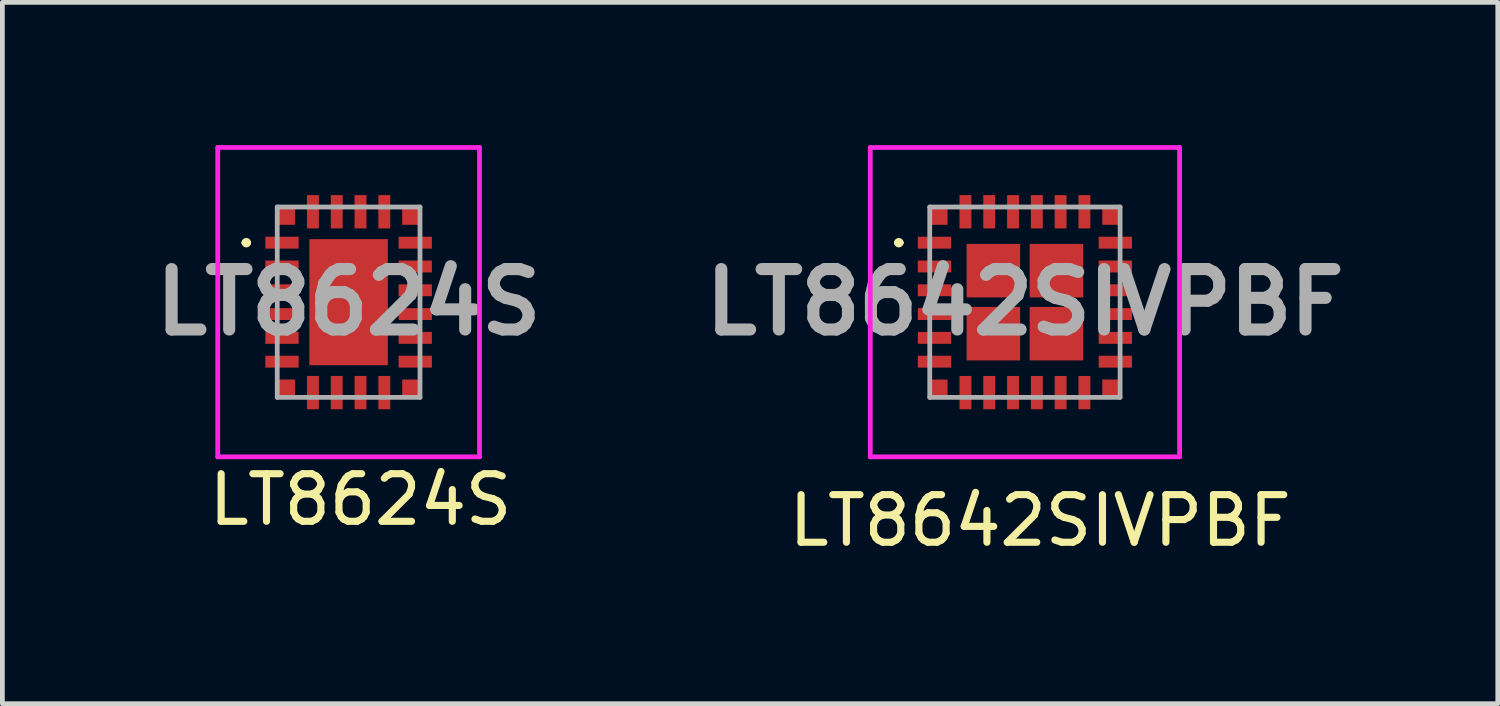
<source format=kicad_pcb>
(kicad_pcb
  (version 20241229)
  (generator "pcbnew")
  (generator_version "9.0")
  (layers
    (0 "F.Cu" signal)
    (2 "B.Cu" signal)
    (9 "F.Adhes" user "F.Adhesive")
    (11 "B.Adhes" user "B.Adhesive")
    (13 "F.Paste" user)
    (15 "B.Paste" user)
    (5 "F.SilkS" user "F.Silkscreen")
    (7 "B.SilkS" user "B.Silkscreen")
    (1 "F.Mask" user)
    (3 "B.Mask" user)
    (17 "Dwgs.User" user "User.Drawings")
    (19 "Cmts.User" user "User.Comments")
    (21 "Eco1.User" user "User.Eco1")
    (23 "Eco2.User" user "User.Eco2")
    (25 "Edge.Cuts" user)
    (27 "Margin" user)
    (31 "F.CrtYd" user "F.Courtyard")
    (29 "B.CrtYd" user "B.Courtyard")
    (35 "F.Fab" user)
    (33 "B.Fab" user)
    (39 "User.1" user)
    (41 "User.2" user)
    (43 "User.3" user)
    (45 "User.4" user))
  (footprint "LT8642SIVPBF"
    (layer "F.Cu")
    (at 18.488 3.3)
    (property "Reference" "LT8642SIVPBF" (at 0.32 4.59 0) (layer "F.SilkS") (effects (font (size 1 1) (thickness 0.15))))
    (attr smd)
    (fp_line (start -2.7 -1.25) (end -2.7 -1.25) (stroke (width 0.1) (type solid)) (layer "F.SilkS"))
    (fp_line (start -2.6 -1.25) (end -2.6 -1.25) (stroke (width 0.1) (type solid)) (layer "F.SilkS"))
    (fp_arc (start -2.7 -1.25) (mid -2.65 -1.3) (end -2.6 -1.25) (stroke (width 0.1) (type solid)) (layer "F.SilkS"))
    (fp_arc (start -2.6 -1.25) (mid -2.65 -1.2) (end -2.7 -1.25) (stroke (width 0.1) (type solid)) (layer "F.SilkS"))
    (fp_line (start -3.25 -3.25) (end 3.25 -3.25) (stroke (width 0.1) (type solid)) (layer "F.CrtYd"))
    (fp_line (start -3.25 3.25) (end -3.25 -3.25) (stroke (width 0.1) (type solid)) (layer "F.CrtYd"))
    (fp_line (start 3.25 -3.25) (end 3.25 3.25) (stroke (width 0.1) (type solid)) (layer "F.CrtYd"))
    (fp_line (start 3.25 3.25) (end -3.25 3.25) (stroke (width 0.1) (type solid)) (layer "F.CrtYd"))
    (fp_line (start -2 -2) (end 2 -2) (stroke (width 0.1) (type solid)) (layer "F.Fab"))
    (fp_line (start -2 2) (end -2 -2) (stroke (width 0.1) (type solid)) (layer "F.Fab"))
    (fp_line (start 2 -2) (end 2 2) (stroke (width 0.1) (type solid)) (layer "F.Fab"))
    (fp_line (start 2 2) (end -2 2) (stroke (width 0.1) (type solid)) (layer "F.Fab"))
    (fp_text user "${REFERENCE}" (at 0 0 0) (layer "F.Fab") (effects (font (size 1.27 1.27) (thickness 0.254))))
    (pad "1" smd rect (at -1.9 -1.25 90) (size 0.25 0.7) (layers "F.Cu" "F.Mask" "F.Paste"))
    (pad "2" smd rect (at -1.9 -0.75 90) (size 0.25 0.7) (layers "F.Cu" "F.Mask" "F.Paste"))
    (pad "3" smd rect (at -1.9 -0.25 90) (size 0.25 0.7) (layers "F.Cu" "F.Mask" "F.Paste"))
    (pad "4" smd rect (at -1.9 0.25 90) (size 0.25 0.7) (layers "F.Cu" "F.Mask" "F.Paste"))
    (pad "5" smd rect (at -1.9 0.75 90) (size 0.25 0.7) (layers "F.Cu" "F.Mask" "F.Paste"))
    (pad "6" smd rect (at -1.9 1.25 90) (size 0.25 0.7) (layers "F.Cu" "F.Mask" "F.Paste"))
    (pad "7" smd rect (at -1.25 1.9) (size 0.25 0.7) (layers "F.Cu" "F.Mask" "F.Paste"))
    (pad "8" smd rect (at -0.75 1.9) (size 0.25 0.7) (layers "F.Cu" "F.Mask" "F.Paste"))
    (pad "9" smd rect (at -0.25 1.9) (size 0.25 0.7) (layers "F.Cu" "F.Mask" "F.Paste"))
    (pad "10" smd rect (at 0.25 1.9) (size 0.25 0.7) (layers "F.Cu" "F.Mask" "F.Paste"))
    (pad "11" smd rect (at 0.75 1.9) (size 0.25 0.7) (layers "F.Cu" "F.Mask" "F.Paste"))
    (pad "12" smd rect (at 1.25 1.9) (size 0.25 0.7) (layers "F.Cu" "F.Mask" "F.Paste"))
    (pad "13" smd rect (at 1.9 1.25 90) (size 0.25 0.7) (layers "F.Cu" "F.Mask" "F.Paste"))
    (pad "14" smd rect (at 1.9 0.75 90) (size 0.25 0.7) (layers "F.Cu" "F.Mask" "F.Paste"))
    (pad "15" smd rect (at 1.9 0.25 90) (size 0.25 0.7) (layers "F.Cu" "F.Mask" "F.Paste"))
    (pad "16" smd rect (at 1.9 -0.25 90) (size 0.25 0.7) (layers "F.Cu" "F.Mask" "F.Paste"))
    (pad "17" smd rect (at 1.9 -0.75 90) (size 0.25 0.7) (layers "F.Cu" "F.Mask" "F.Paste"))
    (pad "18" smd rect (at 1.9 -1.25 90) (size 0.25 0.7) (layers "F.Cu" "F.Mask" "F.Paste"))
    (pad "19" smd rect (at 1.25 -1.9) (size 0.25 0.7) (layers "F.Cu" "F.Mask" "F.Paste"))
    (pad "20" smd rect (at 0.75 -1.9) (size 0.25 0.7) (layers "F.Cu" "F.Mask" "F.Paste"))
    (pad "21" smd rect (at 0.25 -1.9) (size 0.25 0.7) (layers "F.Cu" "F.Mask" "F.Paste"))
    (pad "22" smd rect (at -0.25 -1.9) (size 0.25 0.7) (layers "F.Cu" "F.Mask" "F.Paste"))
    (pad "23" smd rect (at -0.75 -1.9) (size 0.25 0.7) (layers "F.Cu" "F.Mask" "F.Paste"))
    (pad "24" smd rect (at -1.25 -1.9) (size 0.25 0.7) (layers "F.Cu" "F.Mask" "F.Paste"))
    (pad "25" smd rect (at -0.663 -0.662) (size 1.125 1.125) (layers "F.Cu" "F.Mask" "F.Paste"))
    (pad "26" smd rect (at 0.662 -0.662) (size 1.125 1.125) (layers "F.Cu" "F.Mask" "F.Paste"))
    (pad "27" smd rect (at -0.663 0.662) (size 1.125 1.125) (layers "F.Cu" "F.Mask" "F.Paste"))
    (pad "28" smd rect (at 0.662 0.662) (size 1.125 1.125) (layers "F.Cu" "F.Mask" "F.Paste"))
    (pad "29" smd rect (at -1.813 -1.813) (size 0.375 0.375) (layers "F.Cu" "F.Mask" "F.Paste"))
    (pad "30" smd rect (at -1.813 1.813) (size 0.375 0.375) (layers "F.Cu" "F.Mask" "F.Paste"))
    (pad "31" smd rect (at 1.813 1.813) (size 0.375 0.375) (layers "F.Cu" "F.Mask" "F.Paste"))
    (pad "32" smd rect (at 1.813 -1.813) (size 0.375 0.375) (layers "F.Cu" "F.Mask" "F.Paste")))
  (footprint "LT8624S"
    (layer "F.Cu")
    (at 4.276 3.3)
    (property "Reference" "LT8624S" (at 0.25 4.15 0) (layer "F.SilkS") (effects (font (size 1 1) (thickness 0.15))))
    (attr smd)
    (fp_line (start -2.2 -1.25) (end -2.2 -1.25) (stroke (width 0.1) (type solid)) (layer "F.SilkS"))
    (fp_line (start -2.1 -1.25) (end -2.1 -1.25) (stroke (width 0.1) (type solid)) (layer "F.SilkS"))
    (fp_arc (start -2.2 -1.25) (mid -2.15 -1.3) (end -2.1 -1.25) (stroke (width 0.1) (type solid)) (layer "F.SilkS"))
    (fp_arc (start -2.1 -1.25) (mid -2.15 -1.2) (end -2.2 -1.25) (stroke (width 0.1) (type solid)) (layer "F.SilkS"))
    (fp_line (start -2.75 -3.25) (end 2.75 -3.25) (stroke (width 0.1) (type solid)) (layer "F.CrtYd"))
    (fp_line (start -2.75 3.25) (end -2.75 -3.25) (stroke (width 0.1) (type solid)) (layer "F.CrtYd"))
    (fp_line (start 2.75 -3.25) (end 2.75 3.25) (stroke (width 0.1) (type solid)) (layer "F.CrtYd"))
    (fp_line (start 2.75 3.25) (end -2.75 3.25) (stroke (width 0.1) (type solid)) (layer "F.CrtYd"))
    (fp_line (start -1.5 -2) (end 1.5 -2) (stroke (width 0.1) (type solid)) (layer "F.Fab"))
    (fp_line (start -1.5 2) (end -1.5 -2) (stroke (width 0.1) (type solid)) (layer "F.Fab"))
    (fp_line (start 1.5 -2) (end 1.5 2) (stroke (width 0.1) (type solid)) (layer "F.Fab"))
    (fp_line (start 1.5 2) (end -1.5 2) (stroke (width 0.1) (type solid)) (layer "F.Fab"))
    (fp_text user "${REFERENCE}" (at 0 0 0) (layer "F.Fab") (effects (font (size 1.27 1.27) (thickness 0.254))))
    (pad "1" smd rect (at -1.4 -1.25 90) (size 0.25 0.7) (layers "F.Cu" "F.Mask" "F.Paste"))
    (pad "2" smd rect (at -1.4 -0.75 90) (size 0.25 0.7) (layers "F.Cu" "F.Mask" "F.Paste"))
    (pad "3" smd rect (at -1.4 -0.25 90) (size 0.25 0.7) (layers "F.Cu" "F.Mask" "F.Paste"))
    (pad "4" smd rect (at -1.4 0.25 90) (size 0.25 0.7) (layers "F.Cu" "F.Mask" "F.Paste"))
    (pad "5" smd rect (at -1.4 0.75 90) (size 0.25 0.7) (layers "F.Cu" "F.Mask" "F.Paste"))
    (pad "6" smd rect (at -1.4 1.25 90) (size 0.25 0.7) (layers "F.Cu" "F.Mask" "F.Paste"))
    (pad "7" smd rect (at -0.75 1.9) (size 0.25 0.7) (layers "F.Cu" "F.Mask" "F.Paste"))
    (pad "8" smd rect (at -0.25 1.9) (size 0.25 0.7) (layers "F.Cu" "F.Mask" "F.Paste"))
    (pad "9" smd rect (at 0.25 1.9) (size 0.25 0.7) (layers "F.Cu" "F.Mask" "F.Paste"))
    (pad "10" smd rect (at 0.75 1.9) (size 0.25 0.7) (layers "F.Cu" "F.Mask" "F.Paste"))
    (pad "11" smd rect (at 1.4 1.25 90) (size 0.25 0.7) (layers "F.Cu" "F.Mask" "F.Paste"))
    (pad "12" smd rect (at 1.4 0.75 90) (size 0.25 0.7) (layers "F.Cu" "F.Mask" "F.Paste"))
    (pad "13" smd rect (at 1.4 0.25 90) (size 0.25 0.7) (layers "F.Cu" "F.Mask" "F.Paste"))
    (pad "14" smd rect (at 1.4 -0.25 90) (size 0.25 0.7) (layers "F.Cu" "F.Mask" "F.Paste"))
    (pad "15" smd rect (at 1.4 -0.75 90) (size 0.25 0.7) (layers "F.Cu" "F.Mask" "F.Paste"))
    (pad "16" smd rect (at 1.4 -1.25 90) (size 0.25 0.7) (layers "F.Cu" "F.Mask" "F.Paste"))
    (pad "17" smd rect (at 0.75 -1.9) (size 0.25 0.7) (layers "F.Cu" "F.Mask" "F.Paste"))
    (pad "18" smd rect (at 0.25 -1.9) (size 0.25 0.7) (layers "F.Cu" "F.Mask" "F.Paste"))
    (pad "19" smd rect (at -0.25 -1.9) (size 0.25 0.7) (layers "F.Cu" "F.Mask" "F.Paste"))
    (pad "20" smd rect (at -0.75 -1.9) (size 0.25 0.7) (layers "F.Cu" "F.Mask" "F.Paste"))
    (pad "21" smd rect (at 0 0) (size 1.65 2.65) (layers "F.Cu" "F.Mask" "F.Paste"))
    (pad "22" smd rect (at -1.313 -1.813) (size 0.375 0.375) (layers "F.Cu" "F.Mask" "F.Paste"))
    (pad "23" smd rect (at -1.313 1.813) (size 0.375 0.375) (layers "F.Cu" "F.Mask" "F.Paste"))
    (pad "24" smd rect (at 1.313 1.813) (size 0.375 0.375) (layers "F.Cu" "F.Mask" "F.Paste"))
    (pad "25" smd rect (at 1.313 -1.813) (size 0.375 0.375) (layers "F.Cu" "F.Mask" "F.Paste")))
  (gr_rect
    (start -3 -3)
    (end 28.425 11.738)
    (stroke (width 0.1) (type default))
    (fill no)
    (layer "Edge.Cuts")))
</source>
